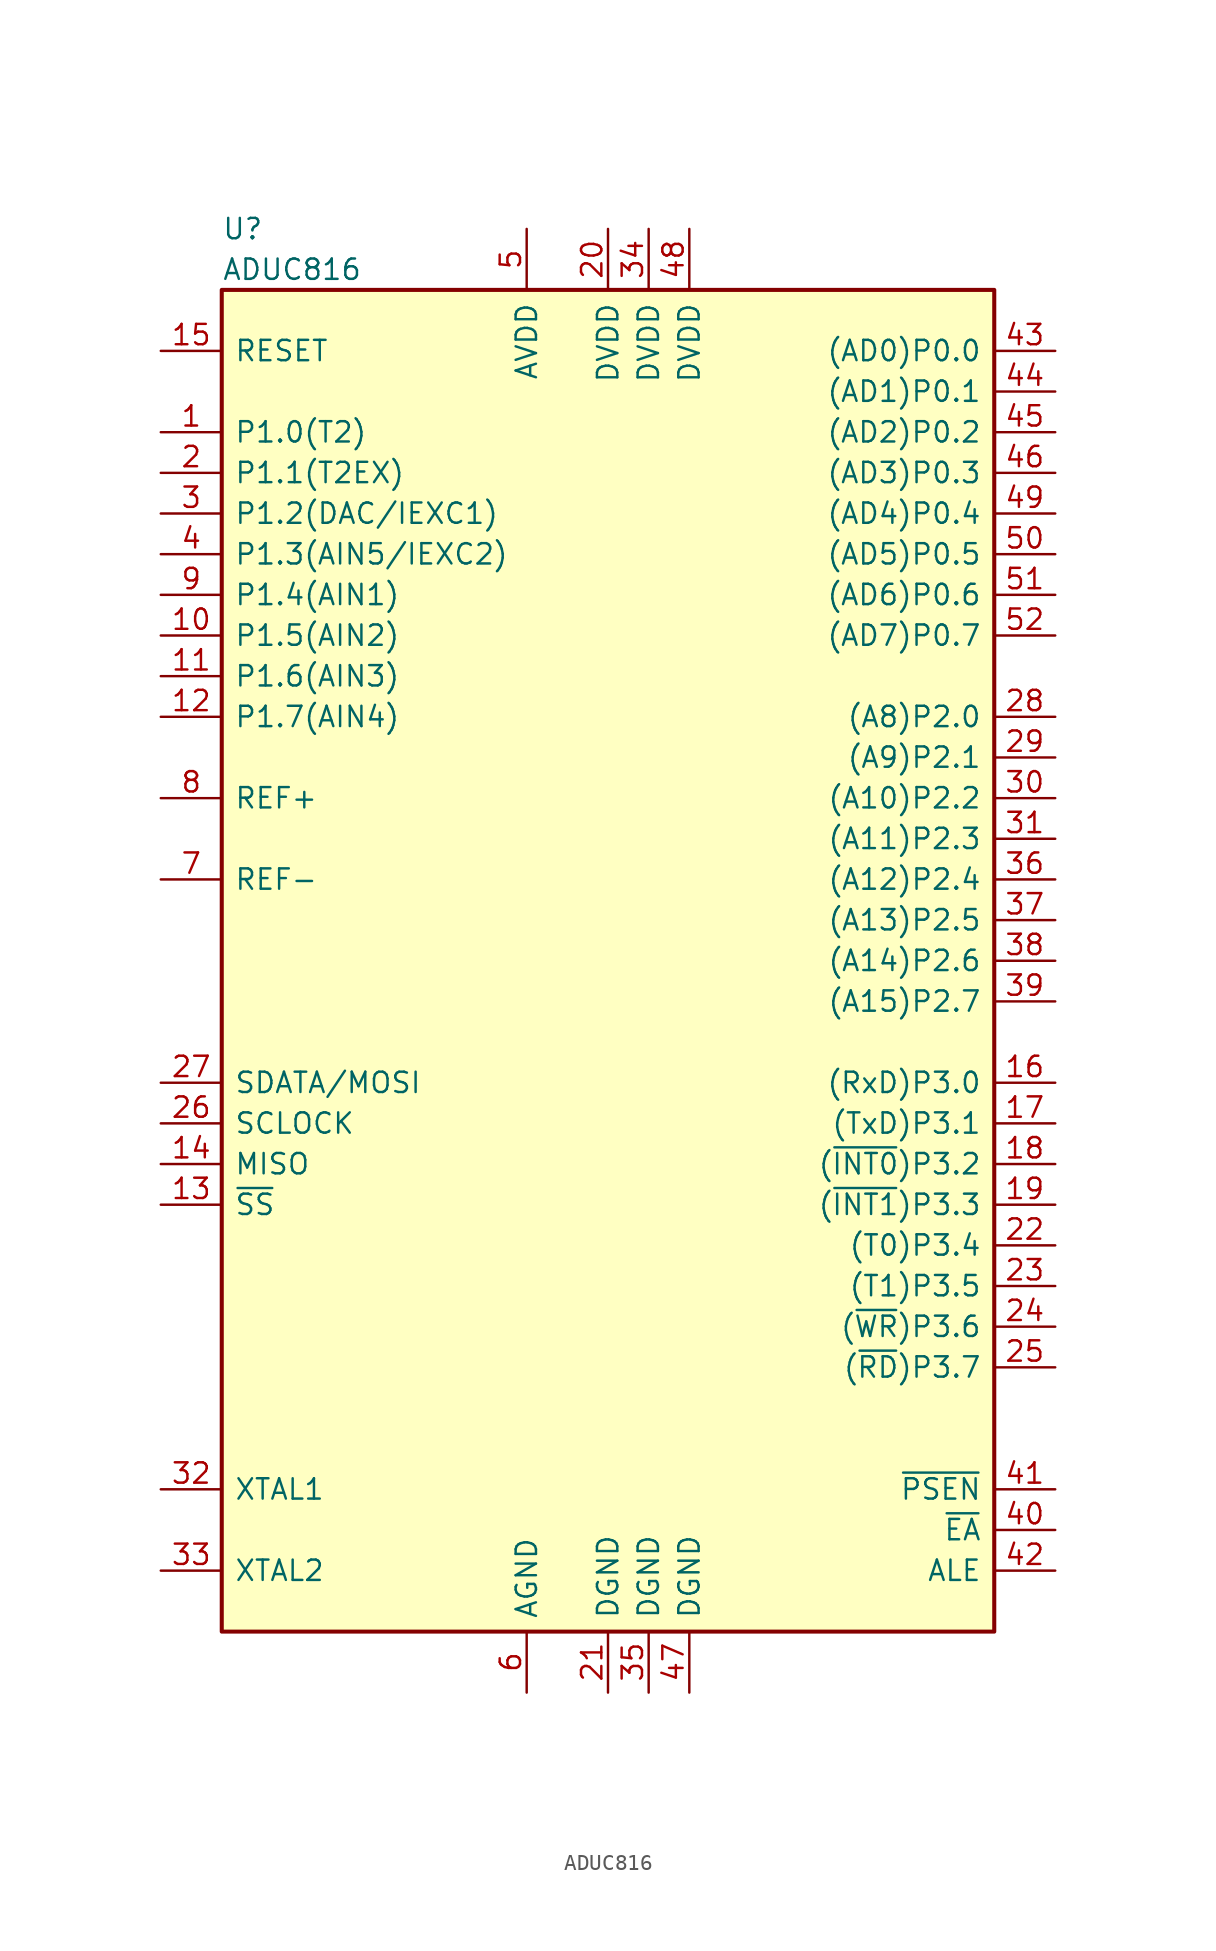
<source format=kicad_sym>
(kicad_symbol_lib
  (version 20201005)
  (generator kicad_symbol_editor)
  (symbol "ADUC816"
    (pin_names
      (offset 0.762))
    (property "Reference" "U"
      (at -24.13 45.72 0)
      (effects (font (size 1.27 1.27)) (justify left)))
    (property "Value" "ADUC816"
      (at -24.13 43.18 0)
      (effects (font (size 1.27 1.27)) (justify left)))
    (symbol "ADUC816_0_1"
      (rectangle (start 24.13 -41.91) (end -24.13 41.91) (stroke (width 0.254)) (fill (type background))))
    (symbol "ADUC816_1_1"
      (pin bidirectional line (at -27.94 33.02 0) (length 3.81) (name "P1.0(T2)" (effects (font (size 1.27 1.27)))) (number "1" (effects (font (size 1.27 1.27)))))
      (pin bidirectional line (at -27.94 30.48 0) (length 3.81) (name "P1.1(T2EX)" (effects (font (size 1.27 1.27)))) (number "2" (effects (font (size 1.27 1.27)))))
      (pin bidirectional line (at -27.94 27.94 0) (length 3.81) (name "P1.2(DAC/IEXC1)" (effects (font (size 1.27 1.27)))) (number "3" (effects (font (size 1.27 1.27)))))
      (pin bidirectional line (at -27.94 25.4 0) (length 3.81) (name "P1.3(AIN5/IEXC2)" (effects (font (size 1.27 1.27)))) (number "4" (effects (font (size 1.27 1.27)))))
      (pin power_in line (at -5.08 45.72 270) (length 3.81) (name "AVDD" (effects (font (size 1.27 1.27)))) (number "5" (effects (font (size 1.27 1.27)))))
      (pin power_in line (at -5.08 -45.72 90) (length 3.81) (name "AGND" (effects (font (size 1.27 1.27)))) (number "6" (effects (font (size 1.27 1.27)))))
      (pin passive line (at -27.94 5.08 0) (length 3.81) (name "REF-" (effects (font (size 1.27 1.27)))) (number "7" (effects (font (size 1.27 1.27)))))
      (pin passive line (at -27.94 10.16 0) (length 3.81) (name "REF+" (effects (font (size 1.27 1.27)))) (number "8" (effects (font (size 1.27 1.27)))))
      (pin input line (at -27.94 22.86 0) (length 3.81) (name "P1.4(AIN1)" (effects (font (size 1.27 1.27)))) (number "9" (effects (font (size 1.27 1.27)))))
      (pin input line (at -27.94 20.32 0) (length 3.81) (name "P1.5(AIN2)" (effects (font (size 1.27 1.27)))) (number "10" (effects (font (size 1.27 1.27)))))
      (pin power_in line (at 0 45.72 270) (length 3.81) (name "DVDD" (effects (font (size 1.27 1.27)))) (number "20" (effects (font (size 1.27 1.27)))))
      (pin bidirectional line (at 27.94 10.16 180) (length 3.81) (name "(A10)P2.2" (effects (font (size 1.27 1.27)))) (number "30" (effects (font (size 1.27 1.27)))))
      (pin bidirectional line (at 27.94 -35.56 180) (length 3.81) (name "~EA~" (effects (font (size 1.27 1.27)))) (number "40" (effects (font (size 1.27 1.27)))))
      (pin tri_state line (at 27.94 25.4 180) (length 3.81) (name "(AD5)P0.5" (effects (font (size 1.27 1.27)))) (number "50" (effects (font (size 1.27 1.27)))))
      (pin input line (at -27.94 17.78 0) (length 3.81) (name "P1.6(AIN3)" (effects (font (size 1.27 1.27)))) (number "11" (effects (font (size 1.27 1.27)))))
      (pin power_in line (at 0 -45.72 90) (length 3.81) (name "DGND" (effects (font (size 1.27 1.27)))) (number "21" (effects (font (size 1.27 1.27)))))
      (pin bidirectional line (at 27.94 7.62 180) (length 3.81) (name "(A11)P2.3" (effects (font (size 1.27 1.27)))) (number "31" (effects (font (size 1.27 1.27)))))
      (pin output line (at 27.94 -33.02 180) (length 3.81) (name "~PSEN~" (effects (font (size 1.27 1.27)))) (number "41" (effects (font (size 1.27 1.27)))))
      (pin tri_state line (at 27.94 22.86 180) (length 3.81) (name "(AD6)P0.6" (effects (font (size 1.27 1.27)))) (number "51" (effects (font (size 1.27 1.27)))))
      (pin bidirectional line (at -27.94 15.24 0) (length 3.81) (name "P1.7(AIN4)" (effects (font (size 1.27 1.27)))) (number "12" (effects (font (size 1.27 1.27)))))
      (pin bidirectional line (at 27.94 -17.78 180) (length 3.81) (name "(T0)P3.4" (effects (font (size 1.27 1.27)))) (number "22" (effects (font (size 1.27 1.27)))))
      (pin input line (at -27.94 -33.02 0) (length 3.81) (name "XTAL1" (effects (font (size 1.27 1.27)))) (number "32" (effects (font (size 1.27 1.27)))))
      (pin output line (at 27.94 -38.1 180) (length 3.81) (name "ALE" (effects (font (size 1.27 1.27)))) (number "42" (effects (font (size 1.27 1.27)))))
      (pin tri_state line (at 27.94 20.32 180) (length 3.81) (name "(AD7)P0.7" (effects (font (size 1.27 1.27)))) (number "52" (effects (font (size 1.27 1.27)))))
      (pin input line (at -27.94 -15.24 0) (length 3.81) (name "~SS~" (effects (font (size 1.27 1.27)))) (number "13" (effects (font (size 1.27 1.27)))))
      (pin bidirectional line (at 27.94 -20.32 180) (length 3.81) (name "(T1)P3.5" (effects (font (size 1.27 1.27)))) (number "23" (effects (font (size 1.27 1.27)))))
      (pin output line (at -27.94 -38.1 0) (length 3.81) (name "XTAL2" (effects (font (size 1.27 1.27)))) (number "33" (effects (font (size 1.27 1.27)))))
      (pin tri_state line (at 27.94 38.1 180) (length 3.81) (name "(AD0)P0.0" (effects (font (size 1.27 1.27)))) (number "43" (effects (font (size 1.27 1.27)))))
      (pin input line (at -27.94 -12.7 0) (length 3.81) (name "MISO" (effects (font (size 1.27 1.27)))) (number "14" (effects (font (size 1.27 1.27)))))
      (pin bidirectional line (at 27.94 -22.86 180) (length 3.81) (name "(~WR~)P3.6" (effects (font (size 1.27 1.27)))) (number "24" (effects (font (size 1.27 1.27)))))
      (pin power_in line (at 2.54 45.72 270) (length 3.81) (name "DVDD" (effects (font (size 1.27 1.27)))) (number "34" (effects (font (size 1.27 1.27)))))
      (pin tri_state line (at 27.94 35.56 180) (length 3.81) (name "(AD1)P0.1" (effects (font (size 1.27 1.27)))) (number "44" (effects (font (size 1.27 1.27)))))
      (pin input line (at -27.94 38.1 0) (length 3.81) (name "RESET" (effects (font (size 1.27 1.27)))) (number "15" (effects (font (size 1.27 1.27)))))
      (pin bidirectional line (at 27.94 -25.4 180) (length 3.81) (name "(~RD~)P3.7" (effects (font (size 1.27 1.27)))) (number "25" (effects (font (size 1.27 1.27)))))
      (pin power_in line (at 2.54 -45.72 90) (length 3.81) (name "DGND" (effects (font (size 1.27 1.27)))) (number "35" (effects (font (size 1.27 1.27)))))
      (pin tri_state line (at 27.94 33.02 180) (length 3.81) (name "(AD2)P0.2" (effects (font (size 1.27 1.27)))) (number "45" (effects (font (size 1.27 1.27)))))
      (pin bidirectional line (at 27.94 -7.62 180) (length 3.81) (name "(RxD)P3.0" (effects (font (size 1.27 1.27)))) (number "16" (effects (font (size 1.27 1.27)))))
      (pin bidirectional line (at -27.94 -10.16 0) (length 3.81) (name "SCLOCK" (effects (font (size 1.27 1.27)))) (number "26" (effects (font (size 1.27 1.27)))))
      (pin bidirectional line (at 27.94 5.08 180) (length 3.81) (name "(A12)P2.4" (effects (font (size 1.27 1.27)))) (number "36" (effects (font (size 1.27 1.27)))))
      (pin tri_state line (at 27.94 30.48 180) (length 3.81) (name "(AD3)P0.3" (effects (font (size 1.27 1.27)))) (number "46" (effects (font (size 1.27 1.27)))))
      (pin bidirectional line (at 27.94 -10.16 180) (length 3.81) (name "(TxD)P3.1" (effects (font (size 1.27 1.27)))) (number "17" (effects (font (size 1.27 1.27)))))
      (pin bidirectional line (at -27.94 -7.62 0) (length 3.81) (name "SDATA/MOSI" (effects (font (size 1.27 1.27)))) (number "27" (effects (font (size 1.27 1.27)))))
      (pin bidirectional line (at 27.94 2.54 180) (length 3.81) (name "(A13)P2.5" (effects (font (size 1.27 1.27)))) (number "37" (effects (font (size 1.27 1.27)))))
      (pin power_in line (at 5.08 -45.72 90) (length 3.81) (name "DGND" (effects (font (size 1.27 1.27)))) (number "47" (effects (font (size 1.27 1.27)))))
      (pin bidirectional line (at 27.94 -12.7 180) (length 3.81) (name "(~INT0~)P3.2" (effects (font (size 1.27 1.27)))) (number "18" (effects (font (size 1.27 1.27)))))
      (pin bidirectional line (at 27.94 15.24 180) (length 3.81) (name "(A8)P2.0" (effects (font (size 1.27 1.27)))) (number "28" (effects (font (size 1.27 1.27)))))
      (pin bidirectional line (at 27.94 0 180) (length 3.81) (name "(A14)P2.6" (effects (font (size 1.27 1.27)))) (number "38" (effects (font (size 1.27 1.27)))))
      (pin power_in line (at 5.08 45.72 270) (length 3.81) (name "DVDD" (effects (font (size 1.27 1.27)))) (number "48" (effects (font (size 1.27 1.27)))))
      (pin bidirectional line (at 27.94 -15.24 180) (length 3.81) (name "(~INT1~)P3.3" (effects (font (size 1.27 1.27)))) (number "19" (effects (font (size 1.27 1.27)))))
      (pin bidirectional line (at 27.94 12.7 180) (length 3.81) (name "(A9)P2.1" (effects (font (size 1.27 1.27)))) (number "29" (effects (font (size 1.27 1.27)))))
      (pin bidirectional line (at 27.94 -2.54 180) (length 3.81) (name "(A15)P2.7" (effects (font (size 1.27 1.27)))) (number "39" (effects (font (size 1.27 1.27)))))
      (pin tri_state line (at 27.94 27.94 180) (length 3.81) (name "(AD4)P0.4" (effects (font (size 1.27 1.27)))) (number "49" (effects (font (size 1.27 1.27))))))))
</source>
